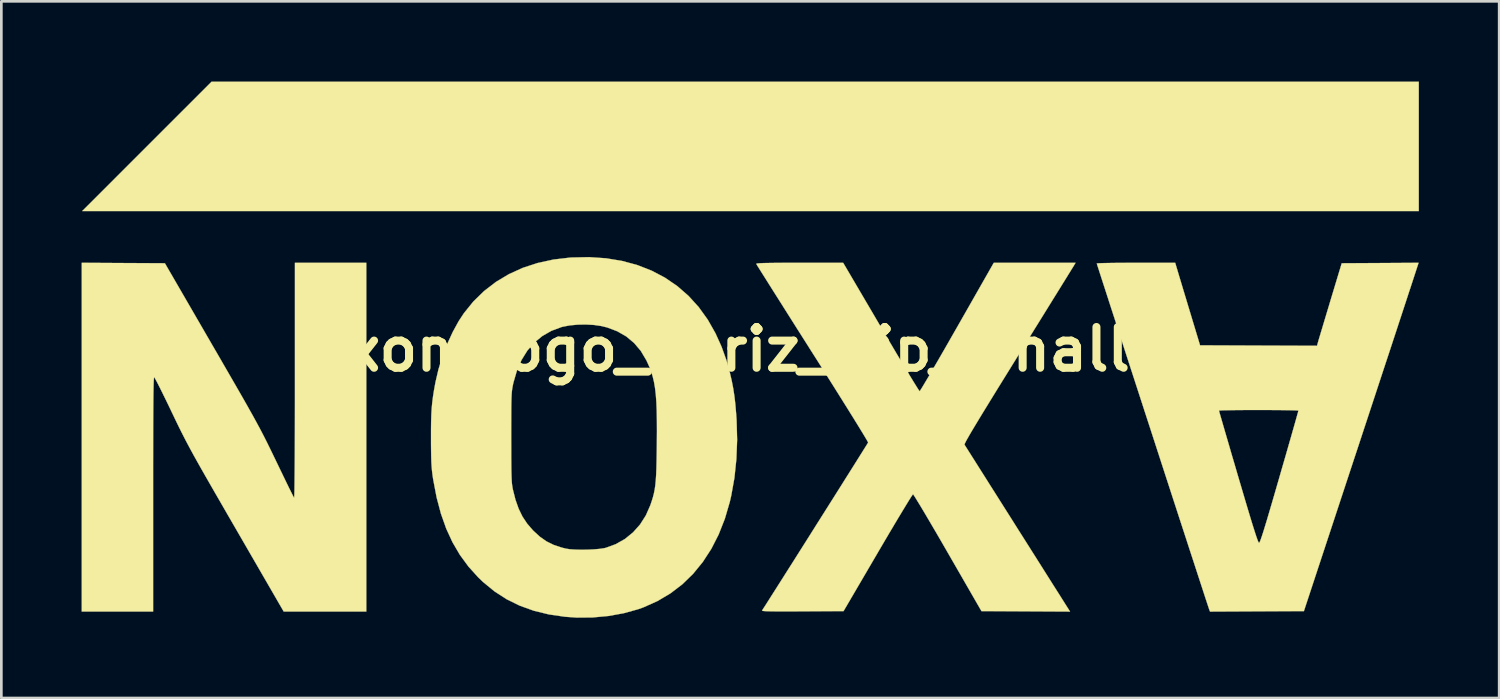
<source format=kicad_pcb>
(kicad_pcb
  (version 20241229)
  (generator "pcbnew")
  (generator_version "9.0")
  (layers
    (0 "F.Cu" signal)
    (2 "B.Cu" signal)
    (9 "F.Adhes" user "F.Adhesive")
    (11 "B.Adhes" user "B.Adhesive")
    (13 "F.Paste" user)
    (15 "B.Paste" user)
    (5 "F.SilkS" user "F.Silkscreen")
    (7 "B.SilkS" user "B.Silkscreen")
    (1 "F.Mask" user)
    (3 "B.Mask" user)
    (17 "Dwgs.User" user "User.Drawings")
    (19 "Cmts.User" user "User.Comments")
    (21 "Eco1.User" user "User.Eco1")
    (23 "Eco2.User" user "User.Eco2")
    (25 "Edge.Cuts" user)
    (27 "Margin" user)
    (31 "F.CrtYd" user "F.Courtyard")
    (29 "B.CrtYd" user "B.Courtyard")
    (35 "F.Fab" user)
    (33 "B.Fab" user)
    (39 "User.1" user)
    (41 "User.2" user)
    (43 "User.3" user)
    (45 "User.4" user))
  (footprint "axon_logo_horiz_flip_smaller"
    (layer "F.Cu")
    (at 24.972 10.005)
    (property "Reference" "axon_logo_horiz_flip_smaller" (at 0 0 0) (layer "F.SilkS") (effects (font (size 1.524 1.524) (thickness 0.3))))
    (attr through_hole)
    (fp_poly (pts (xy 25 -5.167) (xy -24.95 -5.167) (xy -22.533 -7.583) (xy -20.117 -10) (xy 25 -10) (xy 25 -5.167)) (stroke (width 0.01) (type solid)) (fill yes) (layer "F.SilkS"))
    (fp_poly (pts (xy -23.413 -3.225) (xy -21.86 -3.217) (xy -20.093 -0.167) (xy -19.808 0.324) (xy -19.555 0.763) (xy -19.329 1.153) (xy -19.13 1.499) (xy -18.953 1.807) (xy -18.797 2.081) (xy -18.659 2.327) (xy -18.536 2.547) (xy -18.426 2.748) (xy -18.325 2.935) (xy -18.232 3.111) (xy -18.144 3.282) (xy -18.058 3.452) (xy -17.972 3.627) (xy -17.882 3.81) (xy -17.787 4.007) (xy -17.694 4.2) (xy -17.561 4.476) (xy -17.436 4.734) (xy -17.323 4.968) (xy -17.224 5.171) (xy -17.142 5.336) (xy -17.08 5.458) (xy -17.042 5.531) (xy -17.031 5.548) (xy -17.027 5.52) (xy -17.022 5.427) (xy -17.018 5.271) (xy -17.015 5.053) (xy -17.012 4.776) (xy -17.009 4.441) (xy -17.006 4.05) (xy -17.004 3.605) (xy -17.002 3.107) (xy -17.001 2.558) (xy -17 1.96) (xy -17 1.315) (xy -17 1.173) (xy -17 -3.233) (xy -14.333 -3.233) (xy -14.333 9.8) (xy -17.419 9.8) (xy -19.208 6.708) (xy -19.494 6.214) (xy -19.749 5.772) (xy -19.976 5.379) (xy -20.177 5.029) (xy -20.355 4.719) (xy -20.512 4.443) (xy -20.651 4.196) (xy -20.775 3.974) (xy -20.885 3.773) (xy -20.985 3.587) (xy -21.077 3.413) (xy -21.164 3.244) (xy -21.248 3.078) (xy -21.333 2.908) (xy -21.419 2.731) (xy -21.51 2.541) (xy -21.609 2.335) (xy -21.739 2.063) (xy -21.862 1.811) (xy -21.974 1.583) (xy -22.072 1.387) (xy -22.153 1.229) (xy -22.214 1.115) (xy -22.251 1.052) (xy -22.26 1.041) (xy -22.266 1.054) (xy -22.272 1.097) (xy -22.277 1.175) (xy -22.281 1.289) (xy -22.285 1.441) (xy -22.288 1.636) (xy -22.291 1.874) (xy -22.293 2.159) (xy -22.295 2.494) (xy -22.297 2.881) (xy -22.298 3.322) (xy -22.299 3.82) (xy -22.3 4.379) (xy -22.3 4.999) (xy -22.3 5.414) (xy -22.3 9.8) (xy -24.967 9.8) (xy -24.967 -3.234) (xy -23.413 -3.225)) (stroke (width 0.01) (type solid)) (fill yes) (layer "F.SilkS"))
    (fp_poly (pts (xy 24.68 -2.275) (xy 24.635 -2.14) (xy 24.571 -1.944) (xy 24.489 -1.694) (xy 24.39 -1.392) (xy 24.275 -1.043) (xy 24.146 -0.65) (xy 24.004 -0.218) (xy 23.85 0.25) (xy 23.685 0.749) (xy 23.512 1.275) (xy 23.331 1.825) (xy 23.143 2.395) (xy 22.95 2.98) (xy 22.754 3.577) (xy 22.554 4.181) (xy 22.537 4.233) (xy 20.707 9.783) (xy 18.953 9.792) (xy 17.199 9.801) (xy 17.168 9.721) (xy 17.154 9.678) (xy 17.12 9.576) (xy 17.068 9.418) (xy 16.999 9.208) (xy 16.915 8.95) (xy 16.816 8.647) (xy 16.704 8.303) (xy 16.58 7.922) (xy 16.444 7.507) (xy 16.3 7.063) (xy 16.146 6.591) (xy 15.985 6.097) (xy 15.818 5.584) (xy 15.646 5.055) (xy 15.47 4.514) (xy 15.292 3.965) (xy 15.112 3.411) (xy 14.932 2.856) (xy 14.752 2.304) (xy 14.748 2.291) (xy 17.533 2.291) (xy 17.543 2.327) (xy 17.569 2.421) (xy 17.612 2.569) (xy 17.669 2.766) (xy 17.739 3.008) (xy 17.821 3.288) (xy 17.913 3.603) (xy 18.013 3.948) (xy 18.122 4.316) (xy 18.235 4.704) (xy 18.256 4.775) (xy 18.397 5.251) (xy 18.52 5.668) (xy 18.627 6.026) (xy 18.719 6.331) (xy 18.797 6.585) (xy 18.862 6.791) (xy 18.915 6.954) (xy 18.957 7.076) (xy 18.989 7.161) (xy 19.013 7.212) (xy 19.028 7.232) (xy 19.031 7.233) (xy 19.045 7.219) (xy 19.067 7.175) (xy 19.097 7.098) (xy 19.136 6.985) (xy 19.186 6.831) (xy 19.247 6.634) (xy 19.321 6.391) (xy 19.408 6.097) (xy 19.51 5.75) (xy 19.628 5.346) (xy 19.762 4.883) (xy 19.793 4.775) (xy 19.906 4.383) (xy 20.014 4.011) (xy 20.114 3.662) (xy 20.206 3.341) (xy 20.288 3.054) (xy 20.359 2.805) (xy 20.417 2.6) (xy 20.461 2.443) (xy 20.49 2.339) (xy 20.501 2.293) (xy 20.502 2.292) (xy 20.469 2.286) (xy 20.379 2.281) (xy 20.237 2.277) (xy 20.054 2.274) (xy 19.837 2.271) (xy 19.594 2.269) (xy 19.333 2.268) (xy 19.063 2.267) (xy 18.791 2.267) (xy 18.526 2.268) (xy 18.277 2.27) (xy 18.05 2.272) (xy 17.854 2.276) (xy 17.698 2.279) (xy 17.59 2.284) (xy 17.537 2.289) (xy 17.533 2.291) (xy 14.748 2.291) (xy 14.575 1.758) (xy 14.401 1.223) (xy 14.231 0.7) (xy 14.067 0.195) (xy 13.91 -0.29) (xy 13.761 -0.75) (xy 13.621 -1.182) (xy 13.491 -1.582) (xy 13.373 -1.947) (xy 13.268 -2.273) (xy 13.176 -2.556) (xy 13.099 -2.794) (xy 13.039 -2.981) (xy 12.996 -3.115) (xy 12.972 -3.191) (xy 12.967 -3.209) (xy 12.999 -3.214) (xy 13.091 -3.219) (xy 13.236 -3.223) (xy 13.428 -3.227) (xy 13.66 -3.23) (xy 13.924 -3.232) (xy 14.215 -3.233) (xy 14.432 -3.233) (xy 15.898 -3.233) (xy 15.949 -3.058) (xy 15.97 -2.989) (xy 16.007 -2.864) (xy 16.059 -2.69) (xy 16.124 -2.476) (xy 16.198 -2.228) (xy 16.281 -1.955) (xy 16.368 -1.665) (xy 16.413 -1.517) (xy 16.826 -0.15) (xy 19.011 -0.141) (xy 21.197 -0.133) (xy 21.232 -0.258) (xy 21.248 -0.316) (xy 21.282 -0.43) (xy 21.331 -0.594) (xy 21.393 -0.8) (xy 21.465 -1.041) (xy 21.546 -1.31) (xy 21.633 -1.599) (xy 21.693 -1.8) (xy 22.121 -3.217) (xy 23.557 -3.225) (xy 24.993 -3.234) (xy 24.68 -2.275)) (stroke (width 0.01) (type solid)) (fill yes) (layer "F.SilkS"))
    (fp_poly (pts (xy 4.899 -0.833) (xy 5.114 -0.467) (xy 5.321 -0.118) (xy 5.515 0.21) (xy 5.696 0.512) (xy 5.859 0.785) (xy 6.004 1.024) (xy 6.126 1.224) (xy 6.224 1.382) (xy 6.295 1.494) (xy 6.336 1.555) (xy 6.346 1.566) (xy 6.368 1.537) (xy 6.42 1.455) (xy 6.5 1.323) (xy 6.605 1.146) (xy 6.734 0.929) (xy 6.882 0.674) (xy 7.049 0.387) (xy 7.231 0.072) (xy 7.425 -0.266) (xy 7.63 -0.625) (xy 7.75 -0.834) (xy 9.117 -3.233) (xy 10.645 -3.233) (xy 12.173 -3.233) (xy 12.109 -3.125) (xy 12.083 -3.083) (xy 12.024 -2.988) (xy 11.935 -2.844) (xy 11.818 -2.654) (xy 11.674 -2.422) (xy 11.507 -2.152) (xy 11.318 -1.848) (xy 11.11 -1.512) (xy 10.886 -1.15) (xy 10.646 -0.764) (xy 10.395 -0.358) (xy 10.133 0.063) (xy 10.018 0.248) (xy 9.694 0.772) (xy 9.403 1.241) (xy 9.145 1.659) (xy 8.918 2.028) (xy 8.72 2.351) (xy 8.551 2.629) (xy 8.408 2.866) (xy 8.29 3.063) (xy 8.196 3.224) (xy 8.124 3.351) (xy 8.072 3.446) (xy 8.04 3.512) (xy 8.025 3.551) (xy 8.025 3.565) (xy 8.047 3.601) (xy 8.103 3.689) (xy 8.188 3.824) (xy 8.301 4.002) (xy 8.438 4.218) (xy 8.596 4.469) (xy 8.773 4.748) (xy 8.965 5.053) (xy 9.171 5.378) (xy 9.386 5.718) (xy 9.609 6.07) (xy 9.836 6.429) (xy 10.064 6.791) (xy 10.292 7.15) (xy 10.515 7.503) (xy 10.731 7.844) (xy 10.937 8.17) (xy 11.13 8.476) (xy 11.308 8.758) (xy 11.468 9.01) (xy 11.606 9.228) (xy 11.72 9.409) (xy 11.807 9.547) (xy 11.865 9.638) (xy 11.888 9.675) (xy 11.968 9.801) (xy 8.657 9.783) (xy 7.399 7.6) (xy 7.197 7.25) (xy 7.004 6.918) (xy 6.822 6.607) (xy 6.655 6.323) (xy 6.505 6.069) (xy 6.374 5.85) (xy 6.265 5.672) (xy 6.182 5.537) (xy 6.126 5.45) (xy 6.1 5.417) (xy 6.099 5.417) (xy 6.076 5.445) (xy 6.022 5.526) (xy 5.94 5.656) (xy 5.833 5.831) (xy 5.703 6.045) (xy 5.552 6.295) (xy 5.385 6.576) (xy 5.202 6.883) (xy 5.008 7.213) (xy 4.804 7.56) (xy 4.781 7.6) (xy 3.503 9.783) (xy 1.964 9.792) (xy 1.593 9.794) (xy 1.284 9.794) (xy 1.032 9.794) (xy 0.833 9.792) (xy 0.681 9.789) (xy 0.573 9.784) (xy 0.502 9.778) (xy 0.465 9.77) (xy 0.457 9.761) (xy 0.458 9.759) (xy 0.482 9.723) (xy 0.538 9.636) (xy 0.624 9.502) (xy 0.737 9.324) (xy 0.874 9.108) (xy 1.033 8.858) (xy 1.21 8.579) (xy 1.403 8.274) (xy 1.61 7.948) (xy 1.826 7.606) (xy 2.05 7.252) (xy 2.279 6.89) (xy 2.509 6.524) (xy 2.739 6.16) (xy 2.965 5.802) (xy 3.185 5.454) (xy 3.396 5.119) (xy 3.594 4.804) (xy 3.778 4.512) (xy 3.944 4.248) (xy 4.09 4.015) (xy 4.213 3.819) (xy 4.31 3.664) (xy 4.379 3.554) (xy 4.416 3.493) (xy 4.421 3.483) (xy 4.406 3.45) (xy 4.357 3.364) (xy 4.277 3.229) (xy 4.167 3.048) (xy 4.03 2.825) (xy 3.869 2.564) (xy 3.685 2.268) (xy 3.48 1.94) (xy 3.257 1.584) (xy 3.018 1.204) (xy 2.765 0.803) (xy 2.501 0.385) (xy 2.348 0.145) (xy 2.078 -0.282) (xy 1.817 -0.693) (xy 1.569 -1.085) (xy 1.335 -1.455) (xy 1.118 -1.799) (xy 0.919 -2.113) (xy 0.742 -2.394) (xy 0.588 -2.639) (xy 0.459 -2.843) (xy 0.358 -3.004) (xy 0.287 -3.117) (xy 0.249 -3.18) (xy 0.242 -3.192) (xy 0.251 -3.202) (xy 0.289 -3.21) (xy 0.36 -3.217) (xy 0.47 -3.222) (xy 0.621 -3.226) (xy 0.821 -3.229) (xy 1.071 -3.232) (xy 1.379 -3.233) (xy 1.747 -3.233) (xy 1.858 -3.233) (xy 3.489 -3.233) (xy 4.899 -0.833)) (stroke (width 0.01) (type solid)) (fill yes) (layer "F.SilkS"))
    (fp_poly (pts (xy -5.371 -3.402) (xy -4.769 -3.302) (xy -4.201 -3.148) (xy -3.667 -2.939) (xy -3.169 -2.677) (xy -2.709 -2.362) (xy -2.289 -1.995) (xy -1.91 -1.578) (xy -1.573 -1.11) (xy -1.284 -0.601) (xy -1.057 -0.1) (xy -0.873 0.412) (xy -0.747 0.867) (xy -0.677 1.169) (xy -0.621 1.457) (xy -0.576 1.748) (xy -0.54 2.059) (xy -0.511 2.409) (xy -0.494 2.655) (xy -0.474 3.379) (xy -0.502 4.099) (xy -0.575 4.801) (xy -0.695 5.471) (xy -0.748 5.701) (xy -0.933 6.332) (xy -1.164 6.918) (xy -1.439 7.457) (xy -1.758 7.947) (xy -2.119 8.389) (xy -2.521 8.78) (xy -2.965 9.119) (xy -3.448 9.406) (xy -3.969 9.64) (xy -4.174 9.713) (xy -4.711 9.862) (xy -5.282 9.965) (xy -5.872 10.02) (xy -6.465 10.025) (xy -6.9 9.995) (xy -7.508 9.907) (xy -8.073 9.769) (xy -8.598 9.58) (xy -9.087 9.34) (xy -9.543 9.045) (xy -9.97 8.695) (xy -10.152 8.52) (xy -10.515 8.118) (xy -10.834 7.683) (xy -11.11 7.212) (xy -11.346 6.701) (xy -11.543 6.144) (xy -11.704 5.538) (xy -11.83 4.878) (xy -11.839 4.825) (xy -11.861 4.673) (xy -11.878 4.53) (xy -11.891 4.384) (xy -11.901 4.224) (xy -11.907 4.038) (xy -11.911 3.816) (xy -11.914 3.545) (xy -11.914 3.35) (xy -11.914 3.283) (xy -8.917 3.283) (xy -8.916 3.667) (xy -8.916 3.991) (xy -8.914 4.261) (xy -8.912 4.483) (xy -8.908 4.665) (xy -8.903 4.812) (xy -8.897 4.931) (xy -8.889 5.028) (xy -8.878 5.11) (xy -8.866 5.183) (xy -8.856 5.233) (xy -8.758 5.622) (xy -8.639 5.958) (xy -8.495 6.253) (xy -8.318 6.518) (xy -8.103 6.767) (xy -8.083 6.786) (xy -7.843 7.006) (xy -7.599 7.177) (xy -7.334 7.308) (xy -7.03 7.409) (xy -6.866 7.45) (xy -6.719 7.472) (xy -6.525 7.485) (xy -6.301 7.49) (xy -6.063 7.487) (xy -5.831 7.476) (xy -5.62 7.458) (xy -5.45 7.433) (xy -5.383 7.418) (xy -5.009 7.281) (xy -4.668 7.088) (xy -4.365 6.842) (xy -4.103 6.548) (xy -3.886 6.208) (xy -3.718 5.827) (xy -3.666 5.674) (xy -3.622 5.532) (xy -3.586 5.392) (xy -3.556 5.246) (xy -3.533 5.087) (xy -3.515 4.905) (xy -3.501 4.694) (xy -3.491 4.445) (xy -3.484 4.151) (xy -3.478 3.803) (xy -3.475 3.55) (xy -3.471 3.071) (xy -3.473 2.653) (xy -3.48 2.287) (xy -3.493 1.968) (xy -3.514 1.688) (xy -3.543 1.441) (xy -3.581 1.22) (xy -3.629 1.018) (xy -3.688 0.829) (xy -3.759 0.645) (xy -3.842 0.461) (xy -3.871 0.401) (xy -4.075 0.058) (xy -4.325 -0.237) (xy -4.618 -0.482) (xy -4.954 -0.675) (xy -5.33 -0.817) (xy -5.55 -0.871) (xy -5.823 -0.911) (xy -6.127 -0.928) (xy -6.438 -0.922) (xy -6.734 -0.894) (xy -6.993 -0.844) (xy -7.032 -0.834) (xy -7.414 -0.692) (xy -7.755 -0.497) (xy -8.055 -0.251) (xy -8.314 0.047) (xy -8.53 0.396) (xy -8.704 0.795) (xy -8.834 1.242) (xy -8.841 1.274) (xy -8.858 1.353) (xy -8.872 1.428) (xy -8.884 1.505) (xy -8.894 1.59) (xy -8.901 1.69) (xy -8.907 1.812) (xy -8.911 1.962) (xy -8.914 2.147) (xy -8.915 2.374) (xy -8.916 2.649) (xy -8.917 2.978) (xy -8.917 3.283) (xy -11.914 3.283) (xy -11.914 2.994) (xy -11.91 2.691) (xy -11.902 2.43) (xy -11.888 2.196) (xy -11.867 1.977) (xy -11.839 1.76) (xy -11.803 1.531) (xy -11.757 1.279) (xy -11.745 1.217) (xy -11.635 0.746) (xy -11.487 0.269) (xy -11.308 -0.2) (xy -11.104 -0.645) (xy -10.881 -1.052) (xy -10.685 -1.35) (xy -10.33 -1.789) (xy -9.93 -2.179) (xy -9.488 -2.519) (xy -9.006 -2.808) (xy -8.487 -3.044) (xy -7.931 -3.226) (xy -7.341 -3.355) (xy -6.719 -3.428) (xy -6.666 -3.431) (xy -6.004 -3.445) (xy -5.371 -3.402)) (stroke (width 0.01) (type solid)) (fill yes) (layer "F.SilkS")))
  (gr_rect
    (start -3 -3)
    (end 52.977 23.035)
    (stroke (width 0.1) (type default))
    (fill no)
    (layer "Edge.Cuts")))
</source>
